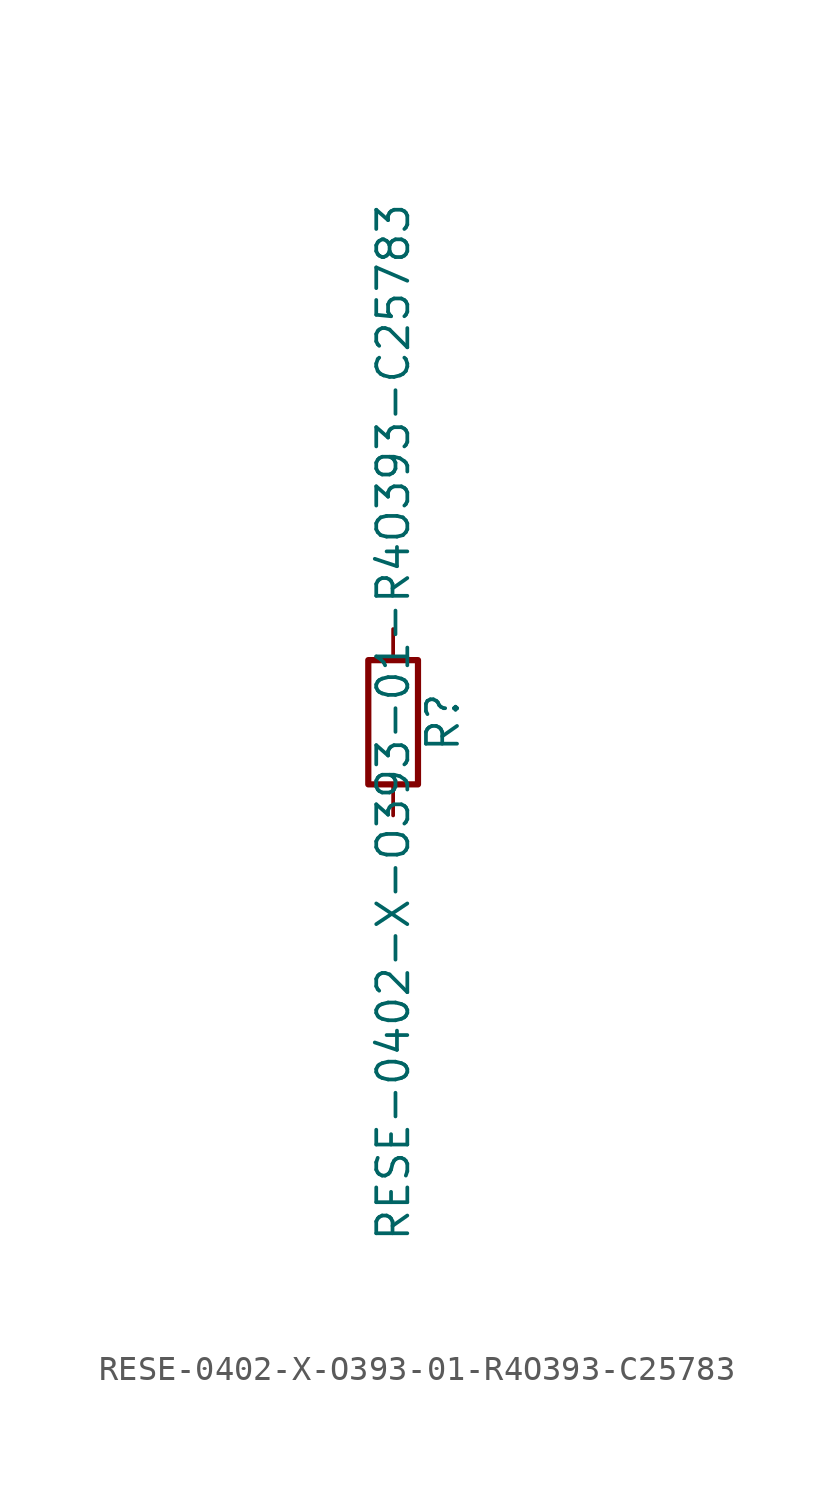
<source format=kicad_sym>
(kicad_symbol_lib
  (version 20211014)
  (generator kicad_symbol_editor)
  (symbol "RESE-0402-X-O393-01-R4O393-C25783"
    (pin_numbers hide)
    (pin_names
      (offset 0))
    (property "Reference" "R"
      (at 2.032 0 90)
      (effects (font (size 1.27 1.27))))
    (property "Value" "RESE-0402-X-O393-01-R4O393-C25783"
      (at 0 0 90)
      (effects (font (size 1.27 1.27))))
    (symbol "RESE-0402-X-O393-01-R4O393-C25783_0_1"
      (rectangle (start -1.016 -2.54) (end 1.016 2.54) (stroke (width 0.254) (type default) (color 0 0 0 0)) (fill (type none))))
    (symbol "RESE-0402-X-O393-01-R4O393-C25783_1_1"
      (pin passive line (at 0 3.81 270) (length 1.27) (name "~" (effects (font (size 1.27 1.27)))) (number "1" (effects (font (size 1.27 1.27)))))
      (pin passive line (at 0 -3.81 90) (length 1.27) (name "~" (effects (font (size 1.27 1.27)))) (number "2" (effects (font (size 1.27 1.27))))))))
</source>
